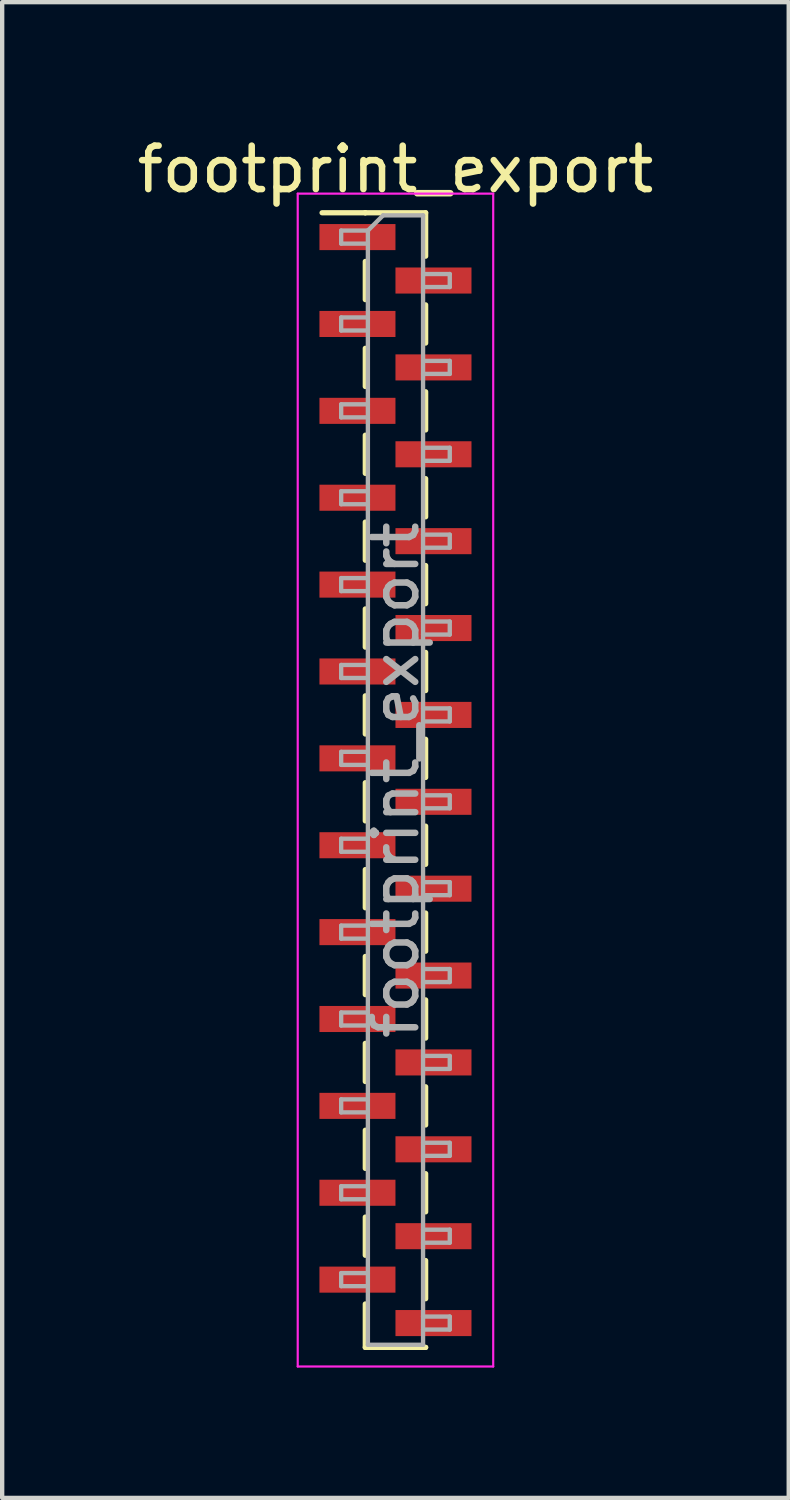
<source format=kicad_pcb>
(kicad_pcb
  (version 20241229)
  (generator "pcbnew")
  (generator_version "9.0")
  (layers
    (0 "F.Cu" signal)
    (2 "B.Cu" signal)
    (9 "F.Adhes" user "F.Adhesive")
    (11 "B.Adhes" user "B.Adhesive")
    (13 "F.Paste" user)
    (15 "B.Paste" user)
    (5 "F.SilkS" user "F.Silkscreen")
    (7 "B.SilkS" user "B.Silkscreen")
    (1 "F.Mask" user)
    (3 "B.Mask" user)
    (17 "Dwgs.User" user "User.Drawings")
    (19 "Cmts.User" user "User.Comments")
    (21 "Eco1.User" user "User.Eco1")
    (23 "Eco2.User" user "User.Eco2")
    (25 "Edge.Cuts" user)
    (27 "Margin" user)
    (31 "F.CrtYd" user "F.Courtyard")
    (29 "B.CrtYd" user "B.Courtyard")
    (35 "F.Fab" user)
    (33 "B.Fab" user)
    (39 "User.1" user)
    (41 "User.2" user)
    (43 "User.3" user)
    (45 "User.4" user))
  (footprint "footprint_export"
    (layer "F.Cu")
    (at 6.054 14.908)
    (property "Reference" "footprint_export" (at 0 -14.06 0) (layer "F.SilkS") (effects (font (size 1 1) (thickness 0.15))))
    (attr smd)
    (fp_line (start -0.695 -13.06) (end -1.69 -13.06) (stroke (width 0.12) (type solid)) (layer "F.SilkS"))
    (fp_line (start -0.695 -13.06) (end -0.695 -13.06) (stroke (width 0.12) (type solid)) (layer "F.SilkS"))
    (fp_line (start -0.695 -13.06) (end 0.695 -13.06) (stroke (width 0.12) (type solid)) (layer "F.SilkS"))
    (fp_line (start -0.695 -11.94) (end -0.695 -11.06) (stroke (width 0.12) (type solid)) (layer "F.SilkS"))
    (fp_line (start -0.695 -9.94) (end -0.695 -9.06) (stroke (width 0.12) (type solid)) (layer "F.SilkS"))
    (fp_line (start -0.695 -7.94) (end -0.695 -7.06) (stroke (width 0.12) (type solid)) (layer "F.SilkS"))
    (fp_line (start -0.695 -5.94) (end -0.695 -5.06) (stroke (width 0.12) (type solid)) (layer "F.SilkS"))
    (fp_line (start -0.695 -3.94) (end -0.695 -3.06) (stroke (width 0.12) (type solid)) (layer "F.SilkS"))
    (fp_line (start -0.695 -1.94) (end -0.695 -1.06) (stroke (width 0.12) (type solid)) (layer "F.SilkS"))
    (fp_line (start -0.695 0.06) (end -0.695 0.94) (stroke (width 0.12) (type solid)) (layer "F.SilkS"))
    (fp_line (start -0.695 2.06) (end -0.695 2.94) (stroke (width 0.12) (type solid)) (layer "F.SilkS"))
    (fp_line (start -0.695 4.06) (end -0.695 4.94) (stroke (width 0.12) (type solid)) (layer "F.SilkS"))
    (fp_line (start -0.695 6.06) (end -0.695 6.94) (stroke (width 0.12) (type solid)) (layer "F.SilkS"))
    (fp_line (start -0.695 8.06) (end -0.695 8.94) (stroke (width 0.12) (type solid)) (layer "F.SilkS"))
    (fp_line (start -0.695 10.06) (end -0.695 10.94) (stroke (width 0.12) (type solid)) (layer "F.SilkS"))
    (fp_line (start -0.695 12.06) (end -0.695 13.06) (stroke (width 0.12) (type solid)) (layer "F.SilkS"))
    (fp_line (start -0.695 13.06) (end 0.695 13.06) (stroke (width 0.12) (type solid)) (layer "F.SilkS"))
    (fp_line (start 0.695 -13.06) (end 0.695 -12.06) (stroke (width 0.12) (type solid)) (layer "F.SilkS"))
    (fp_line (start 0.695 -10.94) (end 0.695 -10.06) (stroke (width 0.12) (type solid)) (layer "F.SilkS"))
    (fp_line (start 0.695 -8.94) (end 0.695 -8.06) (stroke (width 0.12) (type solid)) (layer "F.SilkS"))
    (fp_line (start 0.695 -6.94) (end 0.695 -6.06) (stroke (width 0.12) (type solid)) (layer "F.SilkS"))
    (fp_line (start 0.695 -4.94) (end 0.695 -4.06) (stroke (width 0.12) (type solid)) (layer "F.SilkS"))
    (fp_line (start 0.695 -2.94) (end 0.695 -2.06) (stroke (width 0.12) (type solid)) (layer "F.SilkS"))
    (fp_line (start 0.695 -0.94) (end 0.695 -0.06) (stroke (width 0.12) (type solid)) (layer "F.SilkS"))
    (fp_line (start 0.695 1.06) (end 0.695 1.94) (stroke (width 0.12) (type solid)) (layer "F.SilkS"))
    (fp_line (start 0.695 3.06) (end 0.695 3.94) (stroke (width 0.12) (type solid)) (layer "F.SilkS"))
    (fp_line (start 0.695 5.06) (end 0.695 5.94) (stroke (width 0.12) (type solid)) (layer "F.SilkS"))
    (fp_line (start 0.695 7.06) (end 0.695 7.94) (stroke (width 0.12) (type solid)) (layer "F.SilkS"))
    (fp_line (start 0.695 9.06) (end 0.695 9.94) (stroke (width 0.12) (type solid)) (layer "F.SilkS"))
    (fp_line (start 0.695 11.06) (end 0.695 11.94) (stroke (width 0.12) (type solid)) (layer "F.SilkS"))
    (fp_line (start 0.695 13.06) (end 0.695 13.06) (stroke (width 0.12) (type solid)) (layer "F.SilkS"))
    (fp_line (start -2.25 -13.5) (end -2.25 13.5) (stroke (width 0.05) (type solid)) (layer "F.CrtYd"))
    (fp_line (start -2.25 13.5) (end 2.25 13.5) (stroke (width 0.05) (type solid)) (layer "F.CrtYd"))
    (fp_line (start 2.25 -13.5) (end -2.25 -13.5) (stroke (width 0.05) (type solid)) (layer "F.CrtYd"))
    (fp_line (start 2.25 13.5) (end 2.25 -13.5) (stroke (width 0.05) (type solid)) (layer "F.CrtYd"))
    (fp_line (start -1.25 -12.65) (end -1.25 -12.35) (stroke (width 0.1) (type solid)) (layer "F.Fab"))
    (fp_line (start -1.25 -12.35) (end -0.635 -12.35) (stroke (width 0.1) (type solid)) (layer "F.Fab"))
    (fp_line (start -1.25 -10.65) (end -1.25 -10.35) (stroke (width 0.1) (type solid)) (layer "F.Fab"))
    (fp_line (start -1.25 -10.35) (end -0.635 -10.35) (stroke (width 0.1) (type solid)) (layer "F.Fab"))
    (fp_line (start -1.25 -8.65) (end -1.25 -8.35) (stroke (width 0.1) (type solid)) (layer "F.Fab"))
    (fp_line (start -1.25 -8.35) (end -0.635 -8.35) (stroke (width 0.1) (type solid)) (layer "F.Fab"))
    (fp_line (start -1.25 -6.65) (end -1.25 -6.35) (stroke (width 0.1) (type solid)) (layer "F.Fab"))
    (fp_line (start -1.25 -6.35) (end -0.635 -6.35) (stroke (width 0.1) (type solid)) (layer "F.Fab"))
    (fp_line (start -1.25 -4.65) (end -1.25 -4.35) (stroke (width 0.1) (type solid)) (layer "F.Fab"))
    (fp_line (start -1.25 -4.35) (end -0.635 -4.35) (stroke (width 0.1) (type solid)) (layer "F.Fab"))
    (fp_line (start -1.25 -2.65) (end -1.25 -2.35) (stroke (width 0.1) (type solid)) (layer "F.Fab"))
    (fp_line (start -1.25 -2.35) (end -0.635 -2.35) (stroke (width 0.1) (type solid)) (layer "F.Fab"))
    (fp_line (start -1.25 -0.65) (end -1.25 -0.35) (stroke (width 0.1) (type solid)) (layer "F.Fab"))
    (fp_line (start -1.25 -0.35) (end -0.635 -0.35) (stroke (width 0.1) (type solid)) (layer "F.Fab"))
    (fp_line (start -1.25 1.35) (end -1.25 1.65) (stroke (width 0.1) (type solid)) (layer "F.Fab"))
    (fp_line (start -1.25 1.65) (end -0.635 1.65) (stroke (width 0.1) (type solid)) (layer "F.Fab"))
    (fp_line (start -1.25 3.35) (end -1.25 3.65) (stroke (width 0.1) (type solid)) (layer "F.Fab"))
    (fp_line (start -1.25 3.65) (end -0.635 3.65) (stroke (width 0.1) (type solid)) (layer "F.Fab"))
    (fp_line (start -1.25 5.35) (end -1.25 5.65) (stroke (width 0.1) (type solid)) (layer "F.Fab"))
    (fp_line (start -1.25 5.65) (end -0.635 5.65) (stroke (width 0.1) (type solid)) (layer "F.Fab"))
    (fp_line (start -1.25 7.35) (end -1.25 7.65) (stroke (width 0.1) (type solid)) (layer "F.Fab"))
    (fp_line (start -1.25 7.65) (end -0.635 7.65) (stroke (width 0.1) (type solid)) (layer "F.Fab"))
    (fp_line (start -1.25 9.35) (end -1.25 9.65) (stroke (width 0.1) (type solid)) (layer "F.Fab"))
    (fp_line (start -1.25 9.65) (end -0.635 9.65) (stroke (width 0.1) (type solid)) (layer "F.Fab"))
    (fp_line (start -1.25 11.35) (end -1.25 11.65) (stroke (width 0.1) (type solid)) (layer "F.Fab"))
    (fp_line (start -1.25 11.65) (end -0.635 11.65) (stroke (width 0.1) (type solid)) (layer "F.Fab"))
    (fp_line (start -0.635 -12.65) (end -1.25 -12.65) (stroke (width 0.1) (type solid)) (layer "F.Fab"))
    (fp_line (start -0.635 -12.65) (end -0.285 -13) (stroke (width 0.1) (type solid)) (layer "F.Fab"))
    (fp_line (start -0.635 -10.65) (end -1.25 -10.65) (stroke (width 0.1) (type solid)) (layer "F.Fab"))
    (fp_line (start -0.635 -8.65) (end -1.25 -8.65) (stroke (width 0.1) (type solid)) (layer "F.Fab"))
    (fp_line (start -0.635 -6.65) (end -1.25 -6.65) (stroke (width 0.1) (type solid)) (layer "F.Fab"))
    (fp_line (start -0.635 -4.65) (end -1.25 -4.65) (stroke (width 0.1) (type solid)) (layer "F.Fab"))
    (fp_line (start -0.635 -2.65) (end -1.25 -2.65) (stroke (width 0.1) (type solid)) (layer "F.Fab"))
    (fp_line (start -0.635 -0.65) (end -1.25 -0.65) (stroke (width 0.1) (type solid)) (layer "F.Fab"))
    (fp_line (start -0.635 1.35) (end -1.25 1.35) (stroke (width 0.1) (type solid)) (layer "F.Fab"))
    (fp_line (start -0.635 3.35) (end -1.25 3.35) (stroke (width 0.1) (type solid)) (layer "F.Fab"))
    (fp_line (start -0.635 5.35) (end -1.25 5.35) (stroke (width 0.1) (type solid)) (layer "F.Fab"))
    (fp_line (start -0.635 7.35) (end -1.25 7.35) (stroke (width 0.1) (type solid)) (layer "F.Fab"))
    (fp_line (start -0.635 9.35) (end -1.25 9.35) (stroke (width 0.1) (type solid)) (layer "F.Fab"))
    (fp_line (start -0.635 11.35) (end -1.25 11.35) (stroke (width 0.1) (type solid)) (layer "F.Fab"))
    (fp_line (start -0.635 13) (end -0.635 -12.65) (stroke (width 0.1) (type solid)) (layer "F.Fab"))
    (fp_line (start -0.285 -13) (end 0.635 -13) (stroke (width 0.1) (type solid)) (layer "F.Fab"))
    (fp_line (start 0.635 -13) (end 0.635 13) (stroke (width 0.1) (type solid)) (layer "F.Fab"))
    (fp_line (start 0.635 -11.65) (end 1.25 -11.65) (stroke (width 0.1) (type solid)) (layer "F.Fab"))
    (fp_line (start 0.635 -9.65) (end 1.25 -9.65) (stroke (width 0.1) (type solid)) (layer "F.Fab"))
    (fp_line (start 0.635 -7.65) (end 1.25 -7.65) (stroke (width 0.1) (type solid)) (layer "F.Fab"))
    (fp_line (start 0.635 -5.65) (end 1.25 -5.65) (stroke (width 0.1) (type solid)) (layer "F.Fab"))
    (fp_line (start 0.635 -3.65) (end 1.25 -3.65) (stroke (width 0.1) (type solid)) (layer "F.Fab"))
    (fp_line (start 0.635 -1.65) (end 1.25 -1.65) (stroke (width 0.1) (type solid)) (layer "F.Fab"))
    (fp_line (start 0.635 0.35) (end 1.25 0.35) (stroke (width 0.1) (type solid)) (layer "F.Fab"))
    (fp_line (start 0.635 2.35) (end 1.25 2.35) (stroke (width 0.1) (type solid)) (layer "F.Fab"))
    (fp_line (start 0.635 4.35) (end 1.25 4.35) (stroke (width 0.1) (type solid)) (layer "F.Fab"))
    (fp_line (start 0.635 6.35) (end 1.25 6.35) (stroke (width 0.1) (type solid)) (layer "F.Fab"))
    (fp_line (start 0.635 8.35) (end 1.25 8.35) (stroke (width 0.1) (type solid)) (layer "F.Fab"))
    (fp_line (start 0.635 10.35) (end 1.25 10.35) (stroke (width 0.1) (type solid)) (layer "F.Fab"))
    (fp_line (start 0.635 12.35) (end 1.25 12.35) (stroke (width 0.1) (type solid)) (layer "F.Fab"))
    (fp_line (start 0.635 13) (end -0.635 13) (stroke (width 0.1) (type solid)) (layer "F.Fab"))
    (fp_line (start 1.25 -11.65) (end 1.25 -11.35) (stroke (width 0.1) (type solid)) (layer "F.Fab"))
    (fp_line (start 1.25 -11.35) (end 0.635 -11.35) (stroke (width 0.1) (type solid)) (layer "F.Fab"))
    (fp_line (start 1.25 -9.65) (end 1.25 -9.35) (stroke (width 0.1) (type solid)) (layer "F.Fab"))
    (fp_line (start 1.25 -9.35) (end 0.635 -9.35) (stroke (width 0.1) (type solid)) (layer "F.Fab"))
    (fp_line (start 1.25 -7.65) (end 1.25 -7.35) (stroke (width 0.1) (type solid)) (layer "F.Fab"))
    (fp_line (start 1.25 -7.35) (end 0.635 -7.35) (stroke (width 0.1) (type solid)) (layer "F.Fab"))
    (fp_line (start 1.25 -5.65) (end 1.25 -5.35) (stroke (width 0.1) (type solid)) (layer "F.Fab"))
    (fp_line (start 1.25 -5.35) (end 0.635 -5.35) (stroke (width 0.1) (type solid)) (layer "F.Fab"))
    (fp_line (start 1.25 -3.65) (end 1.25 -3.35) (stroke (width 0.1) (type solid)) (layer "F.Fab"))
    (fp_line (start 1.25 -3.35) (end 0.635 -3.35) (stroke (width 0.1) (type solid)) (layer "F.Fab"))
    (fp_line (start 1.25 -1.65) (end 1.25 -1.35) (stroke (width 0.1) (type solid)) (layer "F.Fab"))
    (fp_line (start 1.25 -1.35) (end 0.635 -1.35) (stroke (width 0.1) (type solid)) (layer "F.Fab"))
    (fp_line (start 1.25 0.35) (end 1.25 0.65) (stroke (width 0.1) (type solid)) (layer "F.Fab"))
    (fp_line (start 1.25 0.65) (end 0.635 0.65) (stroke (width 0.1) (type solid)) (layer "F.Fab"))
    (fp_line (start 1.25 2.35) (end 1.25 2.65) (stroke (width 0.1) (type solid)) (layer "F.Fab"))
    (fp_line (start 1.25 2.65) (end 0.635 2.65) (stroke (width 0.1) (type solid)) (layer "F.Fab"))
    (fp_line (start 1.25 4.35) (end 1.25 4.65) (stroke (width 0.1) (type solid)) (layer "F.Fab"))
    (fp_line (start 1.25 4.65) (end 0.635 4.65) (stroke (width 0.1) (type solid)) (layer "F.Fab"))
    (fp_line (start 1.25 6.35) (end 1.25 6.65) (stroke (width 0.1) (type solid)) (layer "F.Fab"))
    (fp_line (start 1.25 6.65) (end 0.635 6.65) (stroke (width 0.1) (type solid)) (layer "F.Fab"))
    (fp_line (start 1.25 8.35) (end 1.25 8.65) (stroke (width 0.1) (type solid)) (layer "F.Fab"))
    (fp_line (start 1.25 8.65) (end 0.635 8.65) (stroke (width 0.1) (type solid)) (layer "F.Fab"))
    (fp_line (start 1.25 10.35) (end 1.25 10.65) (stroke (width 0.1) (type solid)) (layer "F.Fab"))
    (fp_line (start 1.25 10.65) (end 0.635 10.65) (stroke (width 0.1) (type solid)) (layer "F.Fab"))
    (fp_line (start 1.25 12.35) (end 1.25 12.65) (stroke (width 0.1) (type solid)) (layer "F.Fab"))
    (fp_line (start 1.25 12.65) (end 0.635 12.65) (stroke (width 0.1) (type solid)) (layer "F.Fab"))
    (fp_text user "${REFERENCE}" (at 0 0 90) (layer "F.Fab") (effects (font (size 1 1) (thickness 0.15))))
    (pad "1" smd rect (at -0.875 -12.5) (size 1.75 0.6) (layers "F.Cu" "F.Mask" "F.Paste"))
    (pad "2" smd rect (at 0.875 -11.5) (size 1.75 0.6) (layers "F.Cu" "F.Mask" "F.Paste"))
    (pad "3" smd rect (at -0.875 -10.5) (size 1.75 0.6) (layers "F.Cu" "F.Mask" "F.Paste"))
    (pad "4" smd rect (at 0.875 -9.5) (size 1.75 0.6) (layers "F.Cu" "F.Mask" "F.Paste"))
    (pad "5" smd rect (at -0.875 -8.5) (size 1.75 0.6) (layers "F.Cu" "F.Mask" "F.Paste"))
    (pad "6" smd rect (at 0.875 -7.5) (size 1.75 0.6) (layers "F.Cu" "F.Mask" "F.Paste"))
    (pad "7" smd rect (at -0.875 -6.5) (size 1.75 0.6) (layers "F.Cu" "F.Mask" "F.Paste"))
    (pad "8" smd rect (at 0.875 -5.5) (size 1.75 0.6) (layers "F.Cu" "F.Mask" "F.Paste"))
    (pad "9" smd rect (at -0.875 -4.5) (size 1.75 0.6) (layers "F.Cu" "F.Mask" "F.Paste"))
    (pad "10" smd rect (at 0.875 -3.5) (size 1.75 0.6) (layers "F.Cu" "F.Mask" "F.Paste"))
    (pad "11" smd rect (at -0.875 -2.5) (size 1.75 0.6) (layers "F.Cu" "F.Mask" "F.Paste"))
    (pad "12" smd rect (at 0.875 -1.5) (size 1.75 0.6) (layers "F.Cu" "F.Mask" "F.Paste"))
    (pad "13" smd rect (at -0.875 -0.5) (size 1.75 0.6) (layers "F.Cu" "F.Mask" "F.Paste"))
    (pad "14" smd rect (at 0.875 0.5) (size 1.75 0.6) (layers "F.Cu" "F.Mask" "F.Paste"))
    (pad "15" smd rect (at -0.875 1.5) (size 1.75 0.6) (layers "F.Cu" "F.Mask" "F.Paste"))
    (pad "16" smd rect (at 0.875 2.5) (size 1.75 0.6) (layers "F.Cu" "F.Mask" "F.Paste"))
    (pad "17" smd rect (at -0.875 3.5) (size 1.75 0.6) (layers "F.Cu" "F.Mask" "F.Paste"))
    (pad "18" smd rect (at 0.875 4.5) (size 1.75 0.6) (layers "F.Cu" "F.Mask" "F.Paste"))
    (pad "19" smd rect (at -0.875 5.5) (size 1.75 0.6) (layers "F.Cu" "F.Mask" "F.Paste"))
    (pad "20" smd rect (at 0.875 6.5) (size 1.75 0.6) (layers "F.Cu" "F.Mask" "F.Paste"))
    (pad "21" smd rect (at -0.875 7.5) (size 1.75 0.6) (layers "F.Cu" "F.Mask" "F.Paste"))
    (pad "22" smd rect (at 0.875 8.5) (size 1.75 0.6) (layers "F.Cu" "F.Mask" "F.Paste"))
    (pad "23" smd rect (at -0.875 9.5) (size 1.75 0.6) (layers "F.Cu" "F.Mask" "F.Paste"))
    (pad "24" smd rect (at 0.875 10.5) (size 1.75 0.6) (layers "F.Cu" "F.Mask" "F.Paste"))
    (pad "25" smd rect (at -0.875 11.5) (size 1.75 0.6) (layers "F.Cu" "F.Mask" "F.Paste"))
    (pad "26" smd rect (at 0.875 12.5) (size 1.75 0.6) (layers "F.Cu" "F.Mask" "F.Paste")))
  (gr_rect
    (start -3 -3)
    (end 15.107 31.433)
    (stroke (width 0.1) (type default))
    (fill no)
    (layer "Edge.Cuts")))
</source>
